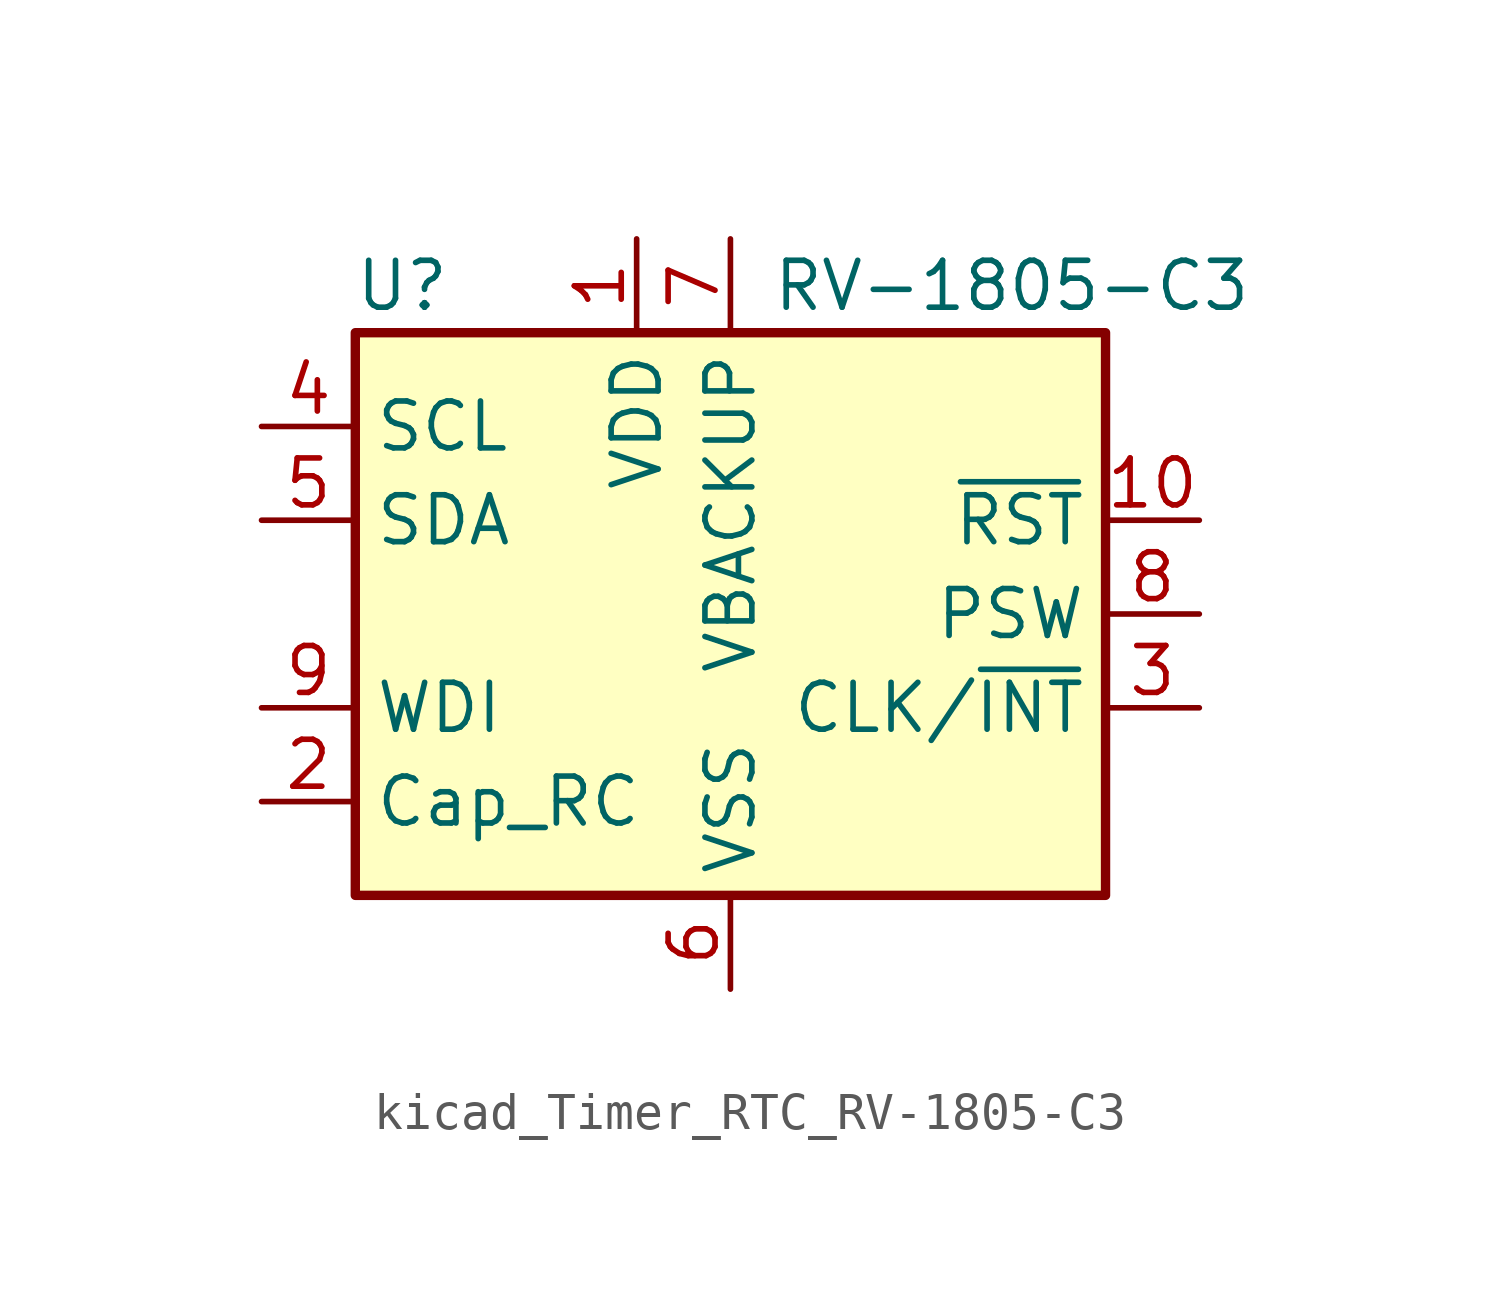
<source format=kicad_sym>
(kicad_symbol_lib
  (version 20220914)
  (generator kicad_symbol_editor)
  (symbol "kicad_Timer_RTC_RV-1805-C3"
    (property "Reference" "U"
      (at -8.89 8.89 0)
      (effects (font (size 1.27 1.27))))
    (property "Value" "RV-1805-C3"
      (at 7.62 8.89 0)
      (effects (font (size 1.27 1.27))))
    (symbol "kicad_Timer_RTC_RV-1805-C3_0_1"
      (rectangle (start 10.16 7.62) (end -10.16 -7.62) (stroke (width 0.254) (type default)) (fill (type background))))
    (symbol "kicad_Timer_RTC_RV-1805-C3_1_1"
      (pin power_in line (at -2.54 10.16 270) (length 2.54) (name "VDD" (effects (font (size 1.27 1.27)))) (number "1" (effects (font (size 1.27 1.27)))))
      (pin open_collector line (at 12.7 2.54 180) (length 2.54) (name "~{RST}" (effects (font (size 1.27 1.27)))) (number "10" (effects (font (size 1.27 1.27)))))
      (pin passive line (at -12.7 -5.08 0) (length 2.54) (name "Cap_RC" (effects (font (size 1.27 1.27)))) (number "2" (effects (font (size 1.27 1.27)))))
      (pin open_collector line (at 12.7 -2.54 180) (length 2.54) (name "CLK/~{INT}" (effects (font (size 1.27 1.27)))) (number "3" (effects (font (size 1.27 1.27)))))
      (pin input line (at -12.7 5.08 0) (length 2.54) (name "SCL" (effects (font (size 1.27 1.27)))) (number "4" (effects (font (size 1.27 1.27)))))
      (pin bidirectional line (at -12.7 2.54 0) (length 2.54) (name "SDA" (effects (font (size 1.27 1.27)))) (number "5" (effects (font (size 1.27 1.27)))))
      (pin power_in line (at 0 -10.16 90) (length 2.54) (name "VSS" (effects (font (size 1.27 1.27)))) (number "6" (effects (font (size 1.27 1.27)))))
      (pin power_in line (at 0 10.16 270) (length 2.54) (name "VBACKUP" (effects (font (size 1.27 1.27)))) (number "7" (effects (font (size 1.27 1.27)))))
      (pin open_collector line (at 12.7 0 180) (length 2.54) (name "PSW" (effects (font (size 1.27 1.27)))) (number "8" (effects (font (size 1.27 1.27)))))
      (pin input line (at -12.7 -2.54 0) (length 2.54) (name "WDI" (effects (font (size 1.27 1.27)))) (number "9" (effects (font (size 1.27 1.27))))))))
</source>
